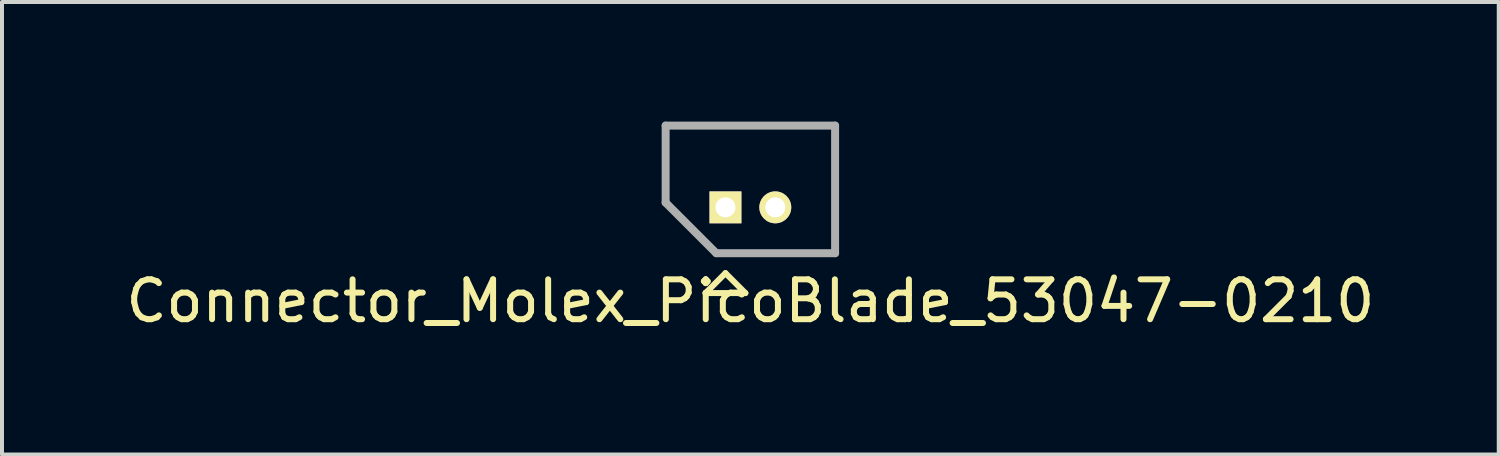
<source format=kicad_pcb>
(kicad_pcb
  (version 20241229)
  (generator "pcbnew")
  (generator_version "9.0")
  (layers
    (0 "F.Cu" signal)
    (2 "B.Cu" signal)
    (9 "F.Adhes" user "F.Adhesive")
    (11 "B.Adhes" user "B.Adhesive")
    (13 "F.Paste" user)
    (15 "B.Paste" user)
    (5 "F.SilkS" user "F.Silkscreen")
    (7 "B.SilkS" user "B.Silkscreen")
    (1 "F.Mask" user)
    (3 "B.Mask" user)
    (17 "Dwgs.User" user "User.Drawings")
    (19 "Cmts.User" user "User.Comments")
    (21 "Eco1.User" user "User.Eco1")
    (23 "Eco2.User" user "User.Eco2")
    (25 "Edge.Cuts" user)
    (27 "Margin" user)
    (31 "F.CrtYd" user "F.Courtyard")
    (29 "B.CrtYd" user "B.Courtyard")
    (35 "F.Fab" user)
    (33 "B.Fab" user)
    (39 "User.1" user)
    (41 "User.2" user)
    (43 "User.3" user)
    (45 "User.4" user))
  (footprint "Connector_Molex_PicoBlade_53047-0210"
    (layer "F.Cu")
    (at 15.143 2.15)
    (property "Reference" "Connector_Molex_PicoBlade_53047-0210" (at 0.625 2.35 0) (layer "F.SilkS") (effects (font (size 1 1) (thickness 0.15))))
    (attr through_hole)
    (fp_line (start -1.5 -2.05) (end 2.75 -2.05) (stroke (width 0.15) (type solid)) (layer "F.SilkS"))
    (fp_line (start -1.5 -0.12) (end -1.5 -2.05) (stroke (width 0.15) (type solid)) (layer "F.SilkS"))
    (fp_line (start -0.5 2.15) (end 0 1.65) (stroke (width 0.15) (type solid)) (layer "F.SilkS"))
    (fp_line (start 0 1.65) (end 0.5 2.15) (stroke (width 0.15) (type solid)) (layer "F.SilkS"))
    (fp_line (start 0.5 2.15) (end -0.5 2.15) (stroke (width 0.15) (type solid)) (layer "F.SilkS"))
    (fp_line (start 2.75 -2.05) (end 2.75 1.15) (stroke (width 0.15) (type solid)) (layer "F.SilkS"))
    (fp_line (start 2.75 1.15) (end -0.23 1.15) (stroke (width 0.15) (type solid)) (layer "F.SilkS"))
    (fp_line (start -1.5 -2.05) (end 2.75 -2.05) (stroke (width 0.2) (type solid)) (layer "F.Fab"))
    (fp_line (start -1.5 -0.12) (end -1.5 -2.05) (stroke (width 0.2) (type solid)) (layer "F.Fab"))
    (fp_line (start -0.23 1.15) (end -1.5 -0.12) (stroke (width 0.2) (type solid)) (layer "F.Fab"))
    (fp_line (start 2.75 -2.05) (end 2.75 1.15) (stroke (width 0.2) (type solid)) (layer "F.Fab"))
    (fp_line (start 2.75 1.15) (end -0.23 1.15) (stroke (width 0.2) (type solid)) (layer "F.Fab"))
    (pad "1" thru_hole rect (at 0 0) (size 0.8 0.8) (drill 0.5) (layers "*.Cu" "*.Mask" "F.SilkS"))
    (pad "2" thru_hole oval (at 1.25 0) (size 0.8 0.8) (drill 0.5) (layers "*.Cu" "*.Mask" "F.SilkS")))
  (gr_rect
    (start -3 -3)
    (end 34.536 8.348)
    (stroke (width 0.1) (type default))
    (fill no)
    (layer "Edge.Cuts")))
</source>
